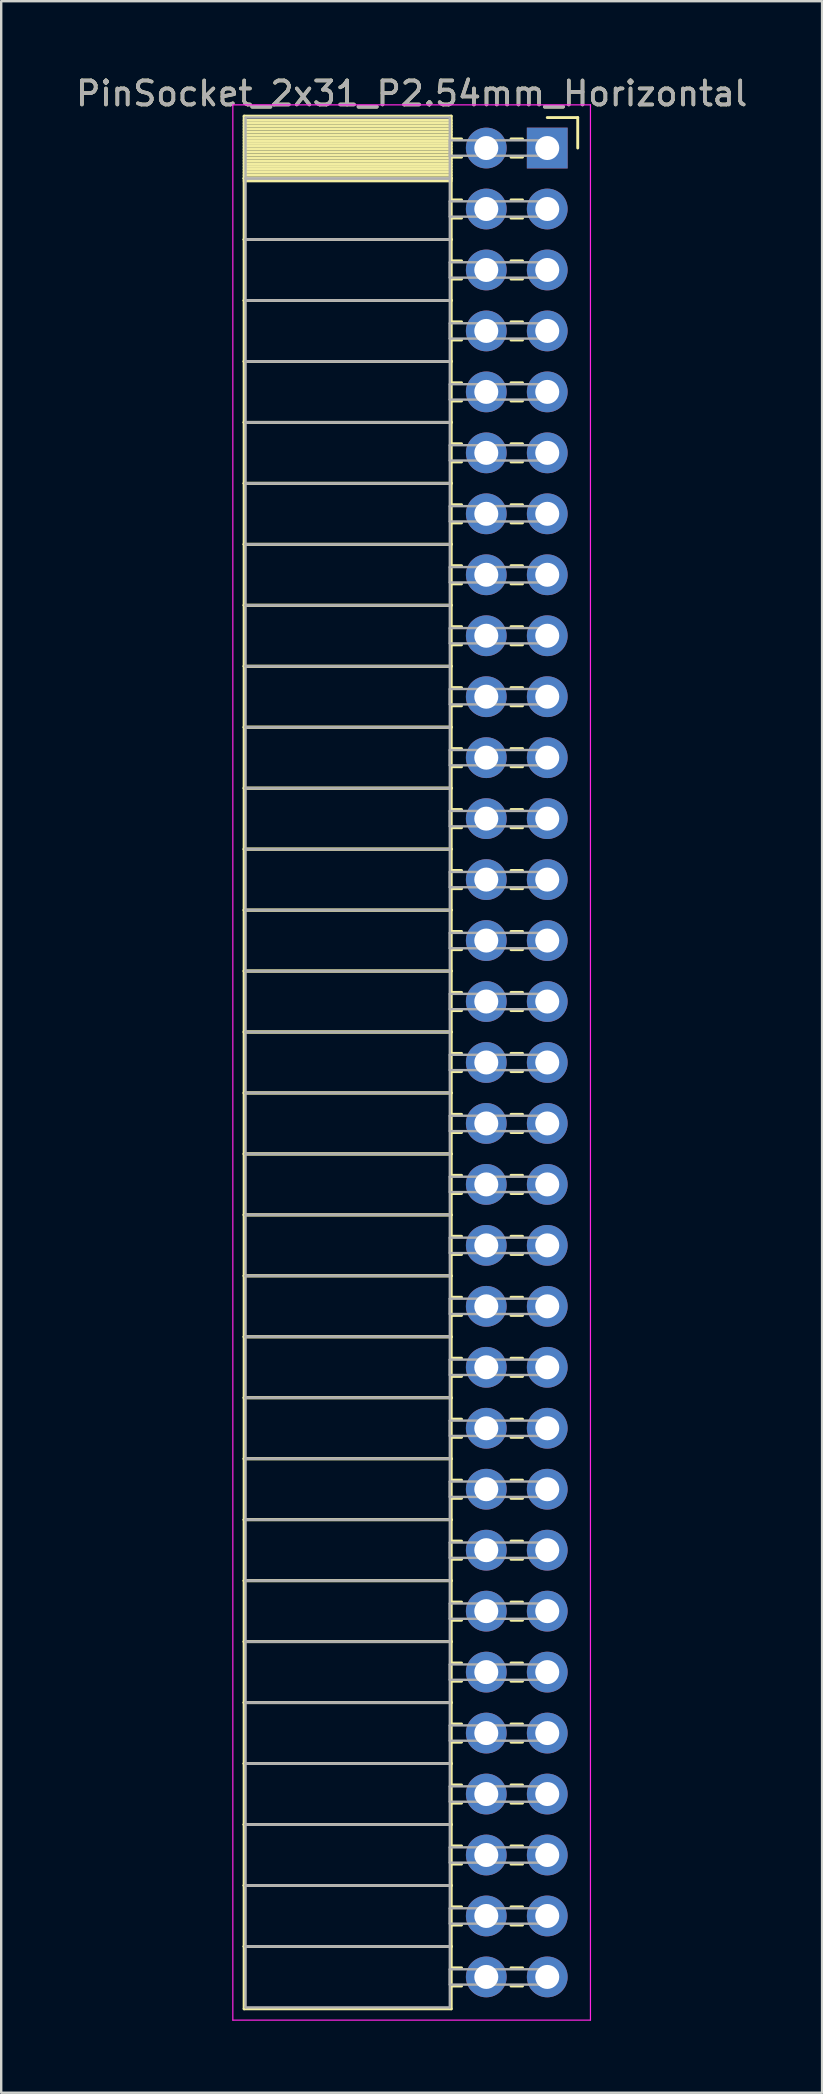
<source format=kicad_pcb>
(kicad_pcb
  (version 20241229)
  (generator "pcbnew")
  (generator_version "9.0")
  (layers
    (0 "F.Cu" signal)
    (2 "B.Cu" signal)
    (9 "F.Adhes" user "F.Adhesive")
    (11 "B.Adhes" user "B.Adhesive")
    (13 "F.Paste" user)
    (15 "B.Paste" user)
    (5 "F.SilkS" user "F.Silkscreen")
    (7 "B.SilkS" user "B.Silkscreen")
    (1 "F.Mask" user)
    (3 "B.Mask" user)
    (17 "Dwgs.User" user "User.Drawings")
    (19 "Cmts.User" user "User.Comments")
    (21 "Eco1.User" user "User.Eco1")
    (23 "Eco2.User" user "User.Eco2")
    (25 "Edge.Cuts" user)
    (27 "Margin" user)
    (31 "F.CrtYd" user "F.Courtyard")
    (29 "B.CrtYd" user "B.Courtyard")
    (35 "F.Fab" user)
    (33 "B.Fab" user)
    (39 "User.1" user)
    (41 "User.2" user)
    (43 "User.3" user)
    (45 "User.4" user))
  (footprint "PinSocket_2x31_P2.54mm_Horizontal"
    (layer "F.Cu")
    (at 19.751 3.118)
    (property "Reference" "PinSocket_2x31_P2.54mm_Horizontal" (at -5.65 -2.27 0) (layer "F.SilkS") (effects (font (size 1 1) (thickness 0.15))))
    (attr through_hole)
    (fp_line (start -12.63 -1.33) (end -4 -1.33) (stroke (width 0.12) (type solid)) (layer "F.SilkS"))
    (fp_line (start -12.63 1.27) (end -12.63 -1.33) (stroke (width 0.12) (type solid)) (layer "F.SilkS"))
    (fp_line (start -12.63 1.27) (end -4 1.27) (stroke (width 0.12) (type solid)) (layer "F.SilkS"))
    (fp_line (start -12.63 3.81) (end -12.63 1.27) (stroke (width 0.12) (type solid)) (layer "F.SilkS"))
    (fp_line (start -12.63 3.81) (end -4 3.81) (stroke (width 0.12) (type solid)) (layer "F.SilkS"))
    (fp_line (start -12.63 6.35) (end -12.63 3.81) (stroke (width 0.12) (type solid)) (layer "F.SilkS"))
    (fp_line (start -12.63 6.35) (end -4 6.35) (stroke (width 0.12) (type solid)) (layer "F.SilkS"))
    (fp_line (start -12.63 8.89) (end -12.63 6.35) (stroke (width 0.12) (type solid)) (layer "F.SilkS"))
    (fp_line (start -12.63 8.89) (end -4 8.89) (stroke (width 0.12) (type solid)) (layer "F.SilkS"))
    (fp_line (start -12.63 11.43) (end -12.63 8.89) (stroke (width 0.12) (type solid)) (layer "F.SilkS"))
    (fp_line (start -12.63 11.43) (end -4 11.43) (stroke (width 0.12) (type solid)) (layer "F.SilkS"))
    (fp_line (start -12.63 13.97) (end -12.63 11.43) (stroke (width 0.12) (type solid)) (layer "F.SilkS"))
    (fp_line (start -12.63 13.97) (end -4 13.97) (stroke (width 0.12) (type solid)) (layer "F.SilkS"))
    (fp_line (start -12.63 16.51) (end -12.63 13.97) (stroke (width 0.12) (type solid)) (layer "F.SilkS"))
    (fp_line (start -12.63 16.51) (end -4 16.51) (stroke (width 0.12) (type solid)) (layer "F.SilkS"))
    (fp_line (start -12.63 19.05) (end -12.63 16.51) (stroke (width 0.12) (type solid)) (layer "F.SilkS"))
    (fp_line (start -12.63 19.05) (end -4 19.05) (stroke (width 0.12) (type solid)) (layer "F.SilkS"))
    (fp_line (start -12.63 21.59) (end -12.63 19.05) (stroke (width 0.12) (type solid)) (layer "F.SilkS"))
    (fp_line (start -12.63 21.59) (end -4 21.59) (stroke (width 0.12) (type solid)) (layer "F.SilkS"))
    (fp_line (start -12.63 24.13) (end -12.63 21.59) (stroke (width 0.12) (type solid)) (layer "F.SilkS"))
    (fp_line (start -12.63 24.13) (end -4 24.13) (stroke (width 0.12) (type solid)) (layer "F.SilkS"))
    (fp_line (start -12.63 26.67) (end -12.63 24.13) (stroke (width 0.12) (type solid)) (layer "F.SilkS"))
    (fp_line (start -12.63 26.67) (end -4 26.67) (stroke (width 0.12) (type solid)) (layer "F.SilkS"))
    (fp_line (start -12.63 29.21) (end -12.63 26.67) (stroke (width 0.12) (type solid)) (layer "F.SilkS"))
    (fp_line (start -12.63 29.21) (end -4 29.21) (stroke (width 0.12) (type solid)) (layer "F.SilkS"))
    (fp_line (start -12.63 31.75) (end -12.63 29.21) (stroke (width 0.12) (type solid)) (layer "F.SilkS"))
    (fp_line (start -12.63 31.75) (end -4 31.75) (stroke (width 0.12) (type solid)) (layer "F.SilkS"))
    (fp_line (start -12.63 34.29) (end -12.63 31.75) (stroke (width 0.12) (type solid)) (layer "F.SilkS"))
    (fp_line (start -12.63 34.29) (end -4 34.29) (stroke (width 0.12) (type solid)) (layer "F.SilkS"))
    (fp_line (start -12.63 36.83) (end -12.63 34.29) (stroke (width 0.12) (type solid)) (layer "F.SilkS"))
    (fp_line (start -12.63 36.83) (end -4 36.83) (stroke (width 0.12) (type solid)) (layer "F.SilkS"))
    (fp_line (start -12.63 39.37) (end -12.63 36.83) (stroke (width 0.12) (type solid)) (layer "F.SilkS"))
    (fp_line (start -12.63 39.37) (end -4 39.37) (stroke (width 0.12) (type solid)) (layer "F.SilkS"))
    (fp_line (start -12.63 41.91) (end -12.63 39.37) (stroke (width 0.12) (type solid)) (layer "F.SilkS"))
    (fp_line (start -12.63 41.91) (end -4 41.91) (stroke (width 0.12) (type solid)) (layer "F.SilkS"))
    (fp_line (start -12.63 44.45) (end -12.63 41.91) (stroke (width 0.12) (type solid)) (layer "F.SilkS"))
    (fp_line (start -12.63 44.45) (end -4 44.45) (stroke (width 0.12) (type solid)) (layer "F.SilkS"))
    (fp_line (start -12.63 46.99) (end -12.63 44.45) (stroke (width 0.12) (type solid)) (layer "F.SilkS"))
    (fp_line (start -12.63 46.99) (end -4 46.99) (stroke (width 0.12) (type solid)) (layer "F.SilkS"))
    (fp_line (start -12.63 49.53) (end -12.63 46.99) (stroke (width 0.12) (type solid)) (layer "F.SilkS"))
    (fp_line (start -12.63 49.53) (end -4 49.53) (stroke (width 0.12) (type solid)) (layer "F.SilkS"))
    (fp_line (start -12.63 52.07) (end -12.63 49.53) (stroke (width 0.12) (type solid)) (layer "F.SilkS"))
    (fp_line (start -12.63 52.07) (end -4 52.07) (stroke (width 0.12) (type solid)) (layer "F.SilkS"))
    (fp_line (start -12.63 54.61) (end -12.63 52.07) (stroke (width 0.12) (type solid)) (layer "F.SilkS"))
    (fp_line (start -12.63 54.61) (end -4 54.61) (stroke (width 0.12) (type solid)) (layer "F.SilkS"))
    (fp_line (start -12.63 57.15) (end -12.63 54.61) (stroke (width 0.12) (type solid)) (layer "F.SilkS"))
    (fp_line (start -12.63 57.15) (end -4 57.15) (stroke (width 0.12) (type solid)) (layer "F.SilkS"))
    (fp_line (start -12.63 59.69) (end -12.63 57.15) (stroke (width 0.12) (type solid)) (layer "F.SilkS"))
    (fp_line (start -12.63 59.69) (end -4 59.69) (stroke (width 0.12) (type solid)) (layer "F.SilkS"))
    (fp_line (start -12.63 62.23) (end -12.63 59.69) (stroke (width 0.12) (type solid)) (layer "F.SilkS"))
    (fp_line (start -12.63 62.23) (end -4 62.23) (stroke (width 0.12) (type solid)) (layer "F.SilkS"))
    (fp_line (start -12.63 64.77) (end -12.63 62.23) (stroke (width 0.12) (type solid)) (layer "F.SilkS"))
    (fp_line (start -12.63 64.77) (end -4 64.77) (stroke (width 0.12) (type solid)) (layer "F.SilkS"))
    (fp_line (start -12.63 67.31) (end -12.63 64.77) (stroke (width 0.12) (type solid)) (layer "F.SilkS"))
    (fp_line (start -12.63 67.31) (end -4 67.31) (stroke (width 0.12) (type solid)) (layer "F.SilkS"))
    (fp_line (start -12.63 69.85) (end -12.63 67.31) (stroke (width 0.12) (type solid)) (layer "F.SilkS"))
    (fp_line (start -12.63 69.85) (end -4 69.85) (stroke (width 0.12) (type solid)) (layer "F.SilkS"))
    (fp_line (start -12.63 72.39) (end -12.63 69.85) (stroke (width 0.12) (type solid)) (layer "F.SilkS"))
    (fp_line (start -12.63 72.39) (end -4 72.39) (stroke (width 0.12) (type solid)) (layer "F.SilkS"))
    (fp_line (start -12.63 74.93) (end -12.63 72.39) (stroke (width 0.12) (type solid)) (layer "F.SilkS"))
    (fp_line (start -12.63 74.93) (end -4 74.93) (stroke (width 0.12) (type solid)) (layer "F.SilkS"))
    (fp_line (start -12.63 77.53) (end -12.63 74.93) (stroke (width 0.12) (type solid)) (layer "F.SilkS"))
    (fp_line (start -4 -1.33) (end -4 1.27) (stroke (width 0.12) (type solid)) (layer "F.SilkS"))
    (fp_line (start -4 -1.15) (end -12.63 -1.15) (stroke (width 0.12) (type solid)) (layer "F.SilkS"))
    (fp_line (start -4 -1.03) (end -12.63 -1.03) (stroke (width 0.12) (type solid)) (layer "F.SilkS"))
    (fp_line (start -4 -0.91) (end -12.63 -0.91) (stroke (width 0.12) (type solid)) (layer "F.SilkS"))
    (fp_line (start -4 -0.79) (end -12.63 -0.79) (stroke (width 0.12) (type solid)) (layer "F.SilkS"))
    (fp_line (start -4 -0.67) (end -12.63 -0.67) (stroke (width 0.12) (type solid)) (layer "F.SilkS"))
    (fp_line (start -4 -0.55) (end -12.63 -0.55) (stroke (width 0.12) (type solid)) (layer "F.SilkS"))
    (fp_line (start -4 -0.43) (end -12.63 -0.43) (stroke (width 0.12) (type solid)) (layer "F.SilkS"))
    (fp_line (start -4 -0.31) (end -12.63 -0.31) (stroke (width 0.12) (type solid)) (layer "F.SilkS"))
    (fp_line (start -4 -0.19) (end -12.63 -0.19) (stroke (width 0.12) (type solid)) (layer "F.SilkS"))
    (fp_line (start -4 -0.07) (end -12.63 -0.07) (stroke (width 0.12) (type solid)) (layer "F.SilkS"))
    (fp_line (start -4 0.05) (end -12.63 0.05) (stroke (width 0.12) (type solid)) (layer "F.SilkS"))
    (fp_line (start -4 0.17) (end -12.63 0.17) (stroke (width 0.12) (type solid)) (layer "F.SilkS"))
    (fp_line (start -4 0.29) (end -12.63 0.29) (stroke (width 0.12) (type solid)) (layer "F.SilkS"))
    (fp_line (start -4 0.41) (end -12.63 0.41) (stroke (width 0.12) (type solid)) (layer "F.SilkS"))
    (fp_line (start -4 0.53) (end -12.63 0.53) (stroke (width 0.12) (type solid)) (layer "F.SilkS"))
    (fp_line (start -4 0.65) (end -12.63 0.65) (stroke (width 0.12) (type solid)) (layer "F.SilkS"))
    (fp_line (start -4 0.77) (end -12.63 0.77) (stroke (width 0.12) (type solid)) (layer "F.SilkS"))
    (fp_line (start -4 0.89) (end -12.63 0.89) (stroke (width 0.12) (type solid)) (layer "F.SilkS"))
    (fp_line (start -4 1.01) (end -12.63 1.01) (stroke (width 0.12) (type solid)) (layer "F.SilkS"))
    (fp_line (start -4 1.13) (end -12.63 1.13) (stroke (width 0.12) (type solid)) (layer "F.SilkS"))
    (fp_line (start -4 1.25) (end -12.63 1.25) (stroke (width 0.12) (type solid)) (layer "F.SilkS"))
    (fp_line (start -4 1.27) (end -12.63 1.27) (stroke (width 0.12) (type solid)) (layer "F.SilkS"))
    (fp_line (start -4 1.27) (end -4 3.81) (stroke (width 0.12) (type solid)) (layer "F.SilkS"))
    (fp_line (start -4 1.37) (end -12.63 1.37) (stroke (width 0.12) (type solid)) (layer "F.SilkS"))
    (fp_line (start -4 3.81) (end -12.63 3.81) (stroke (width 0.12) (type solid)) (layer "F.SilkS"))
    (fp_line (start -4 3.81) (end -4 6.35) (stroke (width 0.12) (type solid)) (layer "F.SilkS"))
    (fp_line (start -4 6.35) (end -12.63 6.35) (stroke (width 0.12) (type solid)) (layer "F.SilkS"))
    (fp_line (start -4 6.35) (end -4 8.89) (stroke (width 0.12) (type solid)) (layer "F.SilkS"))
    (fp_line (start -4 8.89) (end -12.63 8.89) (stroke (width 0.12) (type solid)) (layer "F.SilkS"))
    (fp_line (start -4 8.89) (end -4 11.43) (stroke (width 0.12) (type solid)) (layer "F.SilkS"))
    (fp_line (start -4 11.43) (end -12.63 11.43) (stroke (width 0.12) (type solid)) (layer "F.SilkS"))
    (fp_line (start -4 11.43) (end -4 13.97) (stroke (width 0.12) (type solid)) (layer "F.SilkS"))
    (fp_line (start -4 13.97) (end -12.63 13.97) (stroke (width 0.12) (type solid)) (layer "F.SilkS"))
    (fp_line (start -4 13.97) (end -4 16.51) (stroke (width 0.12) (type solid)) (layer "F.SilkS"))
    (fp_line (start -4 16.51) (end -12.63 16.51) (stroke (width 0.12) (type solid)) (layer "F.SilkS"))
    (fp_line (start -4 16.51) (end -4 19.05) (stroke (width 0.12) (type solid)) (layer "F.SilkS"))
    (fp_line (start -4 19.05) (end -12.63 19.05) (stroke (width 0.12) (type solid)) (layer "F.SilkS"))
    (fp_line (start -4 19.05) (end -4 21.59) (stroke (width 0.12) (type solid)) (layer "F.SilkS"))
    (fp_line (start -4 21.59) (end -12.63 21.59) (stroke (width 0.12) (type solid)) (layer "F.SilkS"))
    (fp_line (start -4 21.59) (end -4 24.13) (stroke (width 0.12) (type solid)) (layer "F.SilkS"))
    (fp_line (start -4 24.13) (end -12.63 24.13) (stroke (width 0.12) (type solid)) (layer "F.SilkS"))
    (fp_line (start -4 24.13) (end -4 26.67) (stroke (width 0.12) (type solid)) (layer "F.SilkS"))
    (fp_line (start -4 26.67) (end -12.63 26.67) (stroke (width 0.12) (type solid)) (layer "F.SilkS"))
    (fp_line (start -4 26.67) (end -4 29.21) (stroke (width 0.12) (type solid)) (layer "F.SilkS"))
    (fp_line (start -4 29.21) (end -12.63 29.21) (stroke (width 0.12) (type solid)) (layer "F.SilkS"))
    (fp_line (start -4 29.21) (end -4 31.75) (stroke (width 0.12) (type solid)) (layer "F.SilkS"))
    (fp_line (start -4 31.75) (end -12.63 31.75) (stroke (width 0.12) (type solid)) (layer "F.SilkS"))
    (fp_line (start -4 31.75) (end -4 34.29) (stroke (width 0.12) (type solid)) (layer "F.SilkS"))
    (fp_line (start -4 34.29) (end -12.63 34.29) (stroke (width 0.12) (type solid)) (layer "F.SilkS"))
    (fp_line (start -4 34.29) (end -4 36.83) (stroke (width 0.12) (type solid)) (layer "F.SilkS"))
    (fp_line (start -4 36.83) (end -12.63 36.83) (stroke (width 0.12) (type solid)) (layer "F.SilkS"))
    (fp_line (start -4 36.83) (end -4 39.37) (stroke (width 0.12) (type solid)) (layer "F.SilkS"))
    (fp_line (start -4 39.37) (end -12.63 39.37) (stroke (width 0.12) (type solid)) (layer "F.SilkS"))
    (fp_line (start -4 39.37) (end -4 41.91) (stroke (width 0.12) (type solid)) (layer "F.SilkS"))
    (fp_line (start -4 41.91) (end -12.63 41.91) (stroke (width 0.12) (type solid)) (layer "F.SilkS"))
    (fp_line (start -4 41.91) (end -4 44.45) (stroke (width 0.12) (type solid)) (layer "F.SilkS"))
    (fp_line (start -4 44.45) (end -12.63 44.45) (stroke (width 0.12) (type solid)) (layer "F.SilkS"))
    (fp_line (start -4 44.45) (end -4 46.99) (stroke (width 0.12) (type solid)) (layer "F.SilkS"))
    (fp_line (start -4 46.99) (end -12.63 46.99) (stroke (width 0.12) (type solid)) (layer "F.SilkS"))
    (fp_line (start -4 46.99) (end -4 49.53) (stroke (width 0.12) (type solid)) (layer "F.SilkS"))
    (fp_line (start -4 49.53) (end -12.63 49.53) (stroke (width 0.12) (type solid)) (layer "F.SilkS"))
    (fp_line (start -4 49.53) (end -4 52.07) (stroke (width 0.12) (type solid)) (layer "F.SilkS"))
    (fp_line (start -4 52.07) (end -12.63 52.07) (stroke (width 0.12) (type solid)) (layer "F.SilkS"))
    (fp_line (start -4 52.07) (end -4 54.61) (stroke (width 0.12) (type solid)) (layer "F.SilkS"))
    (fp_line (start -4 54.61) (end -12.63 54.61) (stroke (width 0.12) (type solid)) (layer "F.SilkS"))
    (fp_line (start -4 54.61) (end -4 57.15) (stroke (width 0.12) (type solid)) (layer "F.SilkS"))
    (fp_line (start -4 57.15) (end -12.63 57.15) (stroke (width 0.12) (type solid)) (layer "F.SilkS"))
    (fp_line (start -4 57.15) (end -4 59.69) (stroke (width 0.12) (type solid)) (layer "F.SilkS"))
    (fp_line (start -4 59.69) (end -12.63 59.69) (stroke (width 0.12) (type solid)) (layer "F.SilkS"))
    (fp_line (start -4 59.69) (end -4 62.23) (stroke (width 0.12) (type solid)) (layer "F.SilkS"))
    (fp_line (start -4 62.23) (end -12.63 62.23) (stroke (width 0.12) (type solid)) (layer "F.SilkS"))
    (fp_line (start -4 62.23) (end -4 64.77) (stroke (width 0.12) (type solid)) (layer "F.SilkS"))
    (fp_line (start -4 64.77) (end -12.63 64.77) (stroke (width 0.12) (type solid)) (layer "F.SilkS"))
    (fp_line (start -4 64.77) (end -4 67.31) (stroke (width 0.12) (type solid)) (layer "F.SilkS"))
    (fp_line (start -4 67.31) (end -12.63 67.31) (stroke (width 0.12) (type solid)) (layer "F.SilkS"))
    (fp_line (start -4 67.31) (end -4 69.85) (stroke (width 0.12) (type solid)) (layer "F.SilkS"))
    (fp_line (start -4 69.85) (end -12.63 69.85) (stroke (width 0.12) (type solid)) (layer "F.SilkS"))
    (fp_line (start -4 69.85) (end -4 72.39) (stroke (width 0.12) (type solid)) (layer "F.SilkS"))
    (fp_line (start -4 72.39) (end -12.63 72.39) (stroke (width 0.12) (type solid)) (layer "F.SilkS"))
    (fp_line (start -4 72.39) (end -4 74.93) (stroke (width 0.12) (type solid)) (layer "F.SilkS"))
    (fp_line (start -4 74.93) (end -12.63 74.93) (stroke (width 0.12) (type solid)) (layer "F.SilkS"))
    (fp_line (start -4 74.93) (end -4 77.53) (stroke (width 0.12) (type solid)) (layer "F.SilkS"))
    (fp_line (start -4 77.53) (end -12.63 77.53) (stroke (width 0.12) (type solid)) (layer "F.SilkS"))
    (fp_line (start -3.57 -0.38) (end -4 -0.38) (stroke (width 0.12) (type solid)) (layer "F.SilkS"))
    (fp_line (start -3.57 0.38) (end -4 0.38) (stroke (width 0.12) (type solid)) (layer "F.SilkS"))
    (fp_line (start -3.57 2.16) (end -4 2.16) (stroke (width 0.12) (type solid)) (layer "F.SilkS"))
    (fp_line (start -3.57 2.92) (end -4 2.92) (stroke (width 0.12) (type solid)) (layer "F.SilkS"))
    (fp_line (start -3.57 4.7) (end -4 4.7) (stroke (width 0.12) (type solid)) (layer "F.SilkS"))
    (fp_line (start -3.57 5.46) (end -4 5.46) (stroke (width 0.12) (type solid)) (layer "F.SilkS"))
    (fp_line (start -3.57 7.24) (end -4 7.24) (stroke (width 0.12) (type solid)) (layer "F.SilkS"))
    (fp_line (start -3.57 8) (end -4 8) (stroke (width 0.12) (type solid)) (layer "F.SilkS"))
    (fp_line (start -3.57 9.78) (end -4 9.78) (stroke (width 0.12) (type solid)) (layer "F.SilkS"))
    (fp_line (start -3.57 10.54) (end -4 10.54) (stroke (width 0.12) (type solid)) (layer "F.SilkS"))
    (fp_line (start -3.57 12.32) (end -4 12.32) (stroke (width 0.12) (type solid)) (layer "F.SilkS"))
    (fp_line (start -3.57 13.08) (end -4 13.08) (stroke (width 0.12) (type solid)) (layer "F.SilkS"))
    (fp_line (start -3.57 14.86) (end -4 14.86) (stroke (width 0.12) (type solid)) (layer "F.SilkS"))
    (fp_line (start -3.57 15.62) (end -4 15.62) (stroke (width 0.12) (type solid)) (layer "F.SilkS"))
    (fp_line (start -3.57 17.4) (end -4 17.4) (stroke (width 0.12) (type solid)) (layer "F.SilkS"))
    (fp_line (start -3.57 18.16) (end -4 18.16) (stroke (width 0.12) (type solid)) (layer "F.SilkS"))
    (fp_line (start -3.57 19.94) (end -4 19.94) (stroke (width 0.12) (type solid)) (layer "F.SilkS"))
    (fp_line (start -3.57 20.7) (end -4 20.7) (stroke (width 0.12) (type solid)) (layer "F.SilkS"))
    (fp_line (start -3.57 22.48) (end -4 22.48) (stroke (width 0.12) (type solid)) (layer "F.SilkS"))
    (fp_line (start -3.57 23.24) (end -4 23.24) (stroke (width 0.12) (type solid)) (layer "F.SilkS"))
    (fp_line (start -3.57 25.02) (end -4 25.02) (stroke (width 0.12) (type solid)) (layer "F.SilkS"))
    (fp_line (start -3.57 25.78) (end -4 25.78) (stroke (width 0.12) (type solid)) (layer "F.SilkS"))
    (fp_line (start -3.57 27.56) (end -4 27.56) (stroke (width 0.12) (type solid)) (layer "F.SilkS"))
    (fp_line (start -3.57 28.32) (end -4 28.32) (stroke (width 0.12) (type solid)) (layer "F.SilkS"))
    (fp_line (start -3.57 30.1) (end -4 30.1) (stroke (width 0.12) (type solid)) (layer "F.SilkS"))
    (fp_line (start -3.57 30.86) (end -4 30.86) (stroke (width 0.12) (type solid)) (layer "F.SilkS"))
    (fp_line (start -3.57 32.64) (end -4 32.64) (stroke (width 0.12) (type solid)) (layer "F.SilkS"))
    (fp_line (start -3.57 33.4) (end -4 33.4) (stroke (width 0.12) (type solid)) (layer "F.SilkS"))
    (fp_line (start -3.57 35.18) (end -4 35.18) (stroke (width 0.12) (type solid)) (layer "F.SilkS"))
    (fp_line (start -3.57 35.94) (end -4 35.94) (stroke (width 0.12) (type solid)) (layer "F.SilkS"))
    (fp_line (start -3.57 37.72) (end -4 37.72) (stroke (width 0.12) (type solid)) (layer "F.SilkS"))
    (fp_line (start -3.57 38.48) (end -4 38.48) (stroke (width 0.12) (type solid)) (layer "F.SilkS"))
    (fp_line (start -3.57 40.26) (end -4 40.26) (stroke (width 0.12) (type solid)) (layer "F.SilkS"))
    (fp_line (start -3.57 41.02) (end -4 41.02) (stroke (width 0.12) (type solid)) (layer "F.SilkS"))
    (fp_line (start -3.57 42.8) (end -4 42.8) (stroke (width 0.12) (type solid)) (layer "F.SilkS"))
    (fp_line (start -3.57 43.56) (end -4 43.56) (stroke (width 0.12) (type solid)) (layer "F.SilkS"))
    (fp_line (start -3.57 45.34) (end -4 45.34) (stroke (width 0.12) (type solid)) (layer "F.SilkS"))
    (fp_line (start -3.57 46.1) (end -4 46.1) (stroke (width 0.12) (type solid)) (layer "F.SilkS"))
    (fp_line (start -3.57 47.88) (end -4 47.88) (stroke (width 0.12) (type solid)) (layer "F.SilkS"))
    (fp_line (start -3.57 48.64) (end -4 48.64) (stroke (width 0.12) (type solid)) (layer "F.SilkS"))
    (fp_line (start -3.57 50.42) (end -4 50.42) (stroke (width 0.12) (type solid)) (layer "F.SilkS"))
    (fp_line (start -3.57 51.18) (end -4 51.18) (stroke (width 0.12) (type solid)) (layer "F.SilkS"))
    (fp_line (start -3.57 52.96) (end -4 52.96) (stroke (width 0.12) (type solid)) (layer "F.SilkS"))
    (fp_line (start -3.57 53.72) (end -4 53.72) (stroke (width 0.12) (type solid)) (layer "F.SilkS"))
    (fp_line (start -3.57 55.5) (end -4 55.5) (stroke (width 0.12) (type solid)) (layer "F.SilkS"))
    (fp_line (start -3.57 56.26) (end -4 56.26) (stroke (width 0.12) (type solid)) (layer "F.SilkS"))
    (fp_line (start -3.57 58.04) (end -4 58.04) (stroke (width 0.12) (type solid)) (layer "F.SilkS"))
    (fp_line (start -3.57 58.8) (end -4 58.8) (stroke (width 0.12) (type solid)) (layer "F.SilkS"))
    (fp_line (start -3.57 60.58) (end -4 60.58) (stroke (width 0.12) (type solid)) (layer "F.SilkS"))
    (fp_line (start -3.57 61.34) (end -4 61.34) (stroke (width 0.12) (type solid)) (layer "F.SilkS"))
    (fp_line (start -3.57 63.12) (end -4 63.12) (stroke (width 0.12) (type solid)) (layer "F.SilkS"))
    (fp_line (start -3.57 63.88) (end -4 63.88) (stroke (width 0.12) (type solid)) (layer "F.SilkS"))
    (fp_line (start -3.57 65.66) (end -4 65.66) (stroke (width 0.12) (type solid)) (layer "F.SilkS"))
    (fp_line (start -3.57 66.42) (end -4 66.42) (stroke (width 0.12) (type solid)) (layer "F.SilkS"))
    (fp_line (start -3.57 68.2) (end -4 68.2) (stroke (width 0.12) (type solid)) (layer "F.SilkS"))
    (fp_line (start -3.57 68.96) (end -4 68.96) (stroke (width 0.12) (type solid)) (layer "F.SilkS"))
    (fp_line (start -3.57 70.74) (end -4 70.74) (stroke (width 0.12) (type solid)) (layer "F.SilkS"))
    (fp_line (start -3.57 71.5) (end -4 71.5) (stroke (width 0.12) (type solid)) (layer "F.SilkS"))
    (fp_line (start -3.57 73.28) (end -4 73.28) (stroke (width 0.12) (type solid)) (layer "F.SilkS"))
    (fp_line (start -3.57 74.04) (end -4 74.04) (stroke (width 0.12) (type solid)) (layer "F.SilkS"))
    (fp_line (start -3.57 75.82) (end -4 75.82) (stroke (width 0.12) (type solid)) (layer "F.SilkS"))
    (fp_line (start -3.57 76.58) (end -4 76.58) (stroke (width 0.12) (type solid)) (layer "F.SilkS"))
    (fp_line (start -1.03 -0.38) (end -1.51 -0.38) (stroke (width 0.12) (type solid)) (layer "F.SilkS"))
    (fp_line (start -1.03 0.38) (end -1.51 0.38) (stroke (width 0.12) (type solid)) (layer "F.SilkS"))
    (fp_line (start -1.03 2.16) (end -1.51 2.16) (stroke (width 0.12) (type solid)) (layer "F.SilkS"))
    (fp_line (start -1.03 2.92) (end -1.51 2.92) (stroke (width 0.12) (type solid)) (layer "F.SilkS"))
    (fp_line (start -1.03 4.7) (end -1.51 4.7) (stroke (width 0.12) (type solid)) (layer "F.SilkS"))
    (fp_line (start -1.03 5.46) (end -1.51 5.46) (stroke (width 0.12) (type solid)) (layer "F.SilkS"))
    (fp_line (start -1.03 7.24) (end -1.51 7.24) (stroke (width 0.12) (type solid)) (layer "F.SilkS"))
    (fp_line (start -1.03 8) (end -1.51 8) (stroke (width 0.12) (type solid)) (layer "F.SilkS"))
    (fp_line (start -1.03 9.78) (end -1.51 9.78) (stroke (width 0.12) (type solid)) (layer "F.SilkS"))
    (fp_line (start -1.03 10.54) (end -1.51 10.54) (stroke (width 0.12) (type solid)) (layer "F.SilkS"))
    (fp_line (start -1.03 12.32) (end -1.51 12.32) (stroke (width 0.12) (type solid)) (layer "F.SilkS"))
    (fp_line (start -1.03 13.08) (end -1.51 13.08) (stroke (width 0.12) (type solid)) (layer "F.SilkS"))
    (fp_line (start -1.03 14.86) (end -1.51 14.86) (stroke (width 0.12) (type solid)) (layer "F.SilkS"))
    (fp_line (start -1.03 15.62) (end -1.51 15.62) (stroke (width 0.12) (type solid)) (layer "F.SilkS"))
    (fp_line (start -1.03 17.4) (end -1.51 17.4) (stroke (width 0.12) (type solid)) (layer "F.SilkS"))
    (fp_line (start -1.03 18.16) (end -1.51 18.16) (stroke (width 0.12) (type solid)) (layer "F.SilkS"))
    (fp_line (start -1.03 19.94) (end -1.51 19.94) (stroke (width 0.12) (type solid)) (layer "F.SilkS"))
    (fp_line (start -1.03 20.7) (end -1.51 20.7) (stroke (width 0.12) (type solid)) (layer "F.SilkS"))
    (fp_line (start -1.03 22.48) (end -1.51 22.48) (stroke (width 0.12) (type solid)) (layer "F.SilkS"))
    (fp_line (start -1.03 23.24) (end -1.51 23.24) (stroke (width 0.12) (type solid)) (layer "F.SilkS"))
    (fp_line (start -1.03 25.02) (end -1.51 25.02) (stroke (width 0.12) (type solid)) (layer "F.SilkS"))
    (fp_line (start -1.03 25.78) (end -1.51 25.78) (stroke (width 0.12) (type solid)) (layer "F.SilkS"))
    (fp_line (start -1.03 27.56) (end -1.51 27.56) (stroke (width 0.12) (type solid)) (layer "F.SilkS"))
    (fp_line (start -1.03 28.32) (end -1.51 28.32) (stroke (width 0.12) (type solid)) (layer "F.SilkS"))
    (fp_line (start -1.03 30.1) (end -1.51 30.1) (stroke (width 0.12) (type solid)) (layer "F.SilkS"))
    (fp_line (start -1.03 30.86) (end -1.51 30.86) (stroke (width 0.12) (type solid)) (layer "F.SilkS"))
    (fp_line (start -1.03 32.64) (end -1.51 32.64) (stroke (width 0.12) (type solid)) (layer "F.SilkS"))
    (fp_line (start -1.03 33.4) (end -1.51 33.4) (stroke (width 0.12) (type solid)) (layer "F.SilkS"))
    (fp_line (start -1.03 35.18) (end -1.51 35.18) (stroke (width 0.12) (type solid)) (layer "F.SilkS"))
    (fp_line (start -1.03 35.94) (end -1.51 35.94) (stroke (width 0.12) (type solid)) (layer "F.SilkS"))
    (fp_line (start -1.03 37.72) (end -1.51 37.72) (stroke (width 0.12) (type solid)) (layer "F.SilkS"))
    (fp_line (start -1.03 38.48) (end -1.51 38.48) (stroke (width 0.12) (type solid)) (layer "F.SilkS"))
    (fp_line (start -1.03 40.26) (end -1.51 40.26) (stroke (width 0.12) (type solid)) (layer "F.SilkS"))
    (fp_line (start -1.03 41.02) (end -1.51 41.02) (stroke (width 0.12) (type solid)) (layer "F.SilkS"))
    (fp_line (start -1.03 42.8) (end -1.51 42.8) (stroke (width 0.12) (type solid)) (layer "F.SilkS"))
    (fp_line (start -1.03 43.56) (end -1.51 43.56) (stroke (width 0.12) (type solid)) (layer "F.SilkS"))
    (fp_line (start -1.03 45.34) (end -1.51 45.34) (stroke (width 0.12) (type solid)) (layer "F.SilkS"))
    (fp_line (start -1.03 46.1) (end -1.51 46.1) (stroke (width 0.12) (type solid)) (layer "F.SilkS"))
    (fp_line (start -1.03 47.88) (end -1.51 47.88) (stroke (width 0.12) (type solid)) (layer "F.SilkS"))
    (fp_line (start -1.03 48.64) (end -1.51 48.64) (stroke (width 0.12) (type solid)) (layer "F.SilkS"))
    (fp_line (start -1.03 50.42) (end -1.51 50.42) (stroke (width 0.12) (type solid)) (layer "F.SilkS"))
    (fp_line (start -1.03 51.18) (end -1.51 51.18) (stroke (width 0.12) (type solid)) (layer "F.SilkS"))
    (fp_line (start -1.03 52.96) (end -1.51 52.96) (stroke (width 0.12) (type solid)) (layer "F.SilkS"))
    (fp_line (start -1.03 53.72) (end -1.51 53.72) (stroke (width 0.12) (type solid)) (layer "F.SilkS"))
    (fp_line (start -1.03 55.5) (end -1.51 55.5) (stroke (width 0.12) (type solid)) (layer "F.SilkS"))
    (fp_line (start -1.03 56.26) (end -1.51 56.26) (stroke (width 0.12) (type solid)) (layer "F.SilkS"))
    (fp_line (start -1.03 58.04) (end -1.51 58.04) (stroke (width 0.12) (type solid)) (layer "F.SilkS"))
    (fp_line (start -1.03 58.8) (end -1.51 58.8) (stroke (width 0.12) (type solid)) (layer "F.SilkS"))
    (fp_line (start -1.03 60.58) (end -1.51 60.58) (stroke (width 0.12) (type solid)) (layer "F.SilkS"))
    (fp_line (start -1.03 61.34) (end -1.51 61.34) (stroke (width 0.12) (type solid)) (layer "F.SilkS"))
    (fp_line (start -1.03 63.12) (end -1.51 63.12) (stroke (width 0.12) (type solid)) (layer "F.SilkS"))
    (fp_line (start -1.03 63.88) (end -1.51 63.88) (stroke (width 0.12) (type solid)) (layer "F.SilkS"))
    (fp_line (start -1.03 65.66) (end -1.51 65.66) (stroke (width 0.12) (type solid)) (layer "F.SilkS"))
    (fp_line (start -1.03 66.42) (end -1.51 66.42) (stroke (width 0.12) (type solid)) (layer "F.SilkS"))
    (fp_line (start -1.03 68.2) (end -1.51 68.2) (stroke (width 0.12) (type solid)) (layer "F.SilkS"))
    (fp_line (start -1.03 68.96) (end -1.51 68.96) (stroke (width 0.12) (type solid)) (layer "F.SilkS"))
    (fp_line (start -1.03 70.74) (end -1.51 70.74) (stroke (width 0.12) (type solid)) (layer "F.SilkS"))
    (fp_line (start -1.03 71.5) (end -1.51 71.5) (stroke (width 0.12) (type solid)) (layer "F.SilkS"))
    (fp_line (start -1.03 73.28) (end -1.51 73.28) (stroke (width 0.12) (type solid)) (layer "F.SilkS"))
    (fp_line (start -1.03 74.04) (end -1.51 74.04) (stroke (width 0.12) (type solid)) (layer "F.SilkS"))
    (fp_line (start -1.03 75.82) (end -1.51 75.82) (stroke (width 0.12) (type solid)) (layer "F.SilkS"))
    (fp_line (start -1.03 76.58) (end -1.51 76.58) (stroke (width 0.12) (type solid)) (layer "F.SilkS"))
    (fp_line (start 0 -1.27) (end 1.27 -1.27) (stroke (width 0.12) (type solid)) (layer "F.SilkS"))
    (fp_line (start 1.27 -1.27) (end 1.27 0) (stroke (width 0.12) (type solid)) (layer "F.SilkS"))
    (fp_line (start -13.1 -1.8) (end 1.8 -1.8) (stroke (width 0.05) (type solid)) (layer "F.CrtYd"))
    (fp_line (start -13.1 78) (end -13.1 -1.8) (stroke (width 0.05) (type solid)) (layer "F.CrtYd"))
    (fp_line (start 1.8 -1.8) (end 1.8 78) (stroke (width 0.05) (type solid)) (layer "F.CrtYd"))
    (fp_line (start 1.8 78) (end -13.1 78) (stroke (width 0.05) (type solid)) (layer "F.CrtYd"))
    (fp_line (start -12.57 -1.27) (end -4.06 -1.27) (stroke (width 0.1) (type solid)) (layer "F.Fab"))
    (fp_line (start -12.57 1.27) (end -12.57 -1.27) (stroke (width 0.1) (type solid)) (layer "F.Fab"))
    (fp_line (start -12.57 1.27) (end -4.06 1.27) (stroke (width 0.1) (type solid)) (layer "F.Fab"))
    (fp_line (start -12.57 3.81) (end -12.57 1.27) (stroke (width 0.1) (type solid)) (layer "F.Fab"))
    (fp_line (start -12.57 3.81) (end -4.06 3.81) (stroke (width 0.1) (type solid)) (layer "F.Fab"))
    (fp_line (start -12.57 6.35) (end -12.57 3.81) (stroke (width 0.1) (type solid)) (layer "F.Fab"))
    (fp_line (start -12.57 6.35) (end -4.06 6.35) (stroke (width 0.1) (type solid)) (layer "F.Fab"))
    (fp_line (start -12.57 8.89) (end -12.57 6.35) (stroke (width 0.1) (type solid)) (layer "F.Fab"))
    (fp_line (start -12.57 8.89) (end -4.06 8.89) (stroke (width 0.1) (type solid)) (layer "F.Fab"))
    (fp_line (start -12.57 11.43) (end -12.57 8.89) (stroke (width 0.1) (type solid)) (layer "F.Fab"))
    (fp_line (start -12.57 11.43) (end -4.06 11.43) (stroke (width 0.1) (type solid)) (layer "F.Fab"))
    (fp_line (start -12.57 13.97) (end -12.57 11.43) (stroke (width 0.1) (type solid)) (layer "F.Fab"))
    (fp_line (start -12.57 13.97) (end -4.06 13.97) (stroke (width 0.1) (type solid)) (layer "F.Fab"))
    (fp_line (start -12.57 16.51) (end -12.57 13.97) (stroke (width 0.1) (type solid)) (layer "F.Fab"))
    (fp_line (start -12.57 16.51) (end -4.06 16.51) (stroke (width 0.1) (type solid)) (layer "F.Fab"))
    (fp_line (start -12.57 19.05) (end -12.57 16.51) (stroke (width 0.1) (type solid)) (layer "F.Fab"))
    (fp_line (start -12.57 19.05) (end -4.06 19.05) (stroke (width 0.1) (type solid)) (layer "F.Fab"))
    (fp_line (start -12.57 21.59) (end -12.57 19.05) (stroke (width 0.1) (type solid)) (layer "F.Fab"))
    (fp_line (start -12.57 21.59) (end -4.06 21.59) (stroke (width 0.1) (type solid)) (layer "F.Fab"))
    (fp_line (start -12.57 24.13) (end -12.57 21.59) (stroke (width 0.1) (type solid)) (layer "F.Fab"))
    (fp_line (start -12.57 24.13) (end -4.06 24.13) (stroke (width 0.1) (type solid)) (layer "F.Fab"))
    (fp_line (start -12.57 26.67) (end -12.57 24.13) (stroke (width 0.1) (type solid)) (layer "F.Fab"))
    (fp_line (start -12.57 26.67) (end -4.06 26.67) (stroke (width 0.1) (type solid)) (layer "F.Fab"))
    (fp_line (start -12.57 29.21) (end -12.57 26.67) (stroke (width 0.1) (type solid)) (layer "F.Fab"))
    (fp_line (start -12.57 29.21) (end -4.06 29.21) (stroke (width 0.1) (type solid)) (layer "F.Fab"))
    (fp_line (start -12.57 31.75) (end -12.57 29.21) (stroke (width 0.1) (type solid)) (layer "F.Fab"))
    (fp_line (start -12.57 31.75) (end -4.06 31.75) (stroke (width 0.1) (type solid)) (layer "F.Fab"))
    (fp_line (start -12.57 34.29) (end -12.57 31.75) (stroke (width 0.1) (type solid)) (layer "F.Fab"))
    (fp_line (start -12.57 34.29) (end -4.06 34.29) (stroke (width 0.1) (type solid)) (layer "F.Fab"))
    (fp_line (start -12.57 36.83) (end -12.57 34.29) (stroke (width 0.1) (type solid)) (layer "F.Fab"))
    (fp_line (start -12.57 36.83) (end -4.06 36.83) (stroke (width 0.1) (type solid)) (layer "F.Fab"))
    (fp_line (start -12.57 39.37) (end -12.57 36.83) (stroke (width 0.1) (type solid)) (layer "F.Fab"))
    (fp_line (start -12.57 39.37) (end -4.06 39.37) (stroke (width 0.1) (type solid)) (layer "F.Fab"))
    (fp_line (start -12.57 41.91) (end -12.57 39.37) (stroke (width 0.1) (type solid)) (layer "F.Fab"))
    (fp_line (start -12.57 41.91) (end -4.06 41.91) (stroke (width 0.1) (type solid)) (layer "F.Fab"))
    (fp_line (start -12.57 44.45) (end -12.57 41.91) (stroke (width 0.1) (type solid)) (layer "F.Fab"))
    (fp_line (start -12.57 44.45) (end -4.06 44.45) (stroke (width 0.1) (type solid)) (layer "F.Fab"))
    (fp_line (start -12.57 46.99) (end -12.57 44.45) (stroke (width 0.1) (type solid)) (layer "F.Fab"))
    (fp_line (start -12.57 46.99) (end -4.06 46.99) (stroke (width 0.1) (type solid)) (layer "F.Fab"))
    (fp_line (start -12.57 49.53) (end -12.57 46.99) (stroke (width 0.1) (type solid)) (layer "F.Fab"))
    (fp_line (start -12.57 49.53) (end -4.06 49.53) (stroke (width 0.1) (type solid)) (layer "F.Fab"))
    (fp_line (start -12.57 52.07) (end -12.57 49.53) (stroke (width 0.1) (type solid)) (layer "F.Fab"))
    (fp_line (start -12.57 52.07) (end -4.06 52.07) (stroke (width 0.1) (type solid)) (layer "F.Fab"))
    (fp_line (start -12.57 54.61) (end -12.57 52.07) (stroke (width 0.1) (type solid)) (layer "F.Fab"))
    (fp_line (start -12.57 54.61) (end -4.06 54.61) (stroke (width 0.1) (type solid)) (layer "F.Fab"))
    (fp_line (start -12.57 57.15) (end -12.57 54.61) (stroke (width 0.1) (type solid)) (layer "F.Fab"))
    (fp_line (start -12.57 57.15) (end -4.06 57.15) (stroke (width 0.1) (type solid)) (layer "F.Fab"))
    (fp_line (start -12.57 59.69) (end -12.57 57.15) (stroke (width 0.1) (type solid)) (layer "F.Fab"))
    (fp_line (start -12.57 59.69) (end -4.06 59.69) (stroke (width 0.1) (type solid)) (layer "F.Fab"))
    (fp_line (start -12.57 62.23) (end -12.57 59.69) (stroke (width 0.1) (type solid)) (layer "F.Fab"))
    (fp_line (start -12.57 62.23) (end -4.06 62.23) (stroke (width 0.1) (type solid)) (layer "F.Fab"))
    (fp_line (start -12.57 64.77) (end -12.57 62.23) (stroke (width 0.1) (type solid)) (layer "F.Fab"))
    (fp_line (start -12.57 64.77) (end -4.06 64.77) (stroke (width 0.1) (type solid)) (layer "F.Fab"))
    (fp_line (start -12.57 67.31) (end -12.57 64.77) (stroke (width 0.1) (type solid)) (layer "F.Fab"))
    (fp_line (start -12.57 67.31) (end -4.06 67.31) (stroke (width 0.1) (type solid)) (layer "F.Fab"))
    (fp_line (start -12.57 69.85) (end -12.57 67.31) (stroke (width 0.1) (type solid)) (layer "F.Fab"))
    (fp_line (start -12.57 69.85) (end -4.06 69.85) (stroke (width 0.1) (type solid)) (layer "F.Fab"))
    (fp_line (start -12.57 72.39) (end -12.57 69.85) (stroke (width 0.1) (type solid)) (layer "F.Fab"))
    (fp_line (start -12.57 72.39) (end -4.06 72.39) (stroke (width 0.1) (type solid)) (layer "F.Fab"))
    (fp_line (start -12.57 74.93) (end -12.57 72.39) (stroke (width 0.1) (type solid)) (layer "F.Fab"))
    (fp_line (start -12.57 74.93) (end -4.06 74.93) (stroke (width 0.1) (type solid)) (layer "F.Fab"))
    (fp_line (start -12.57 77.47) (end -12.57 74.93) (stroke (width 0.1) (type solid)) (layer "F.Fab"))
    (fp_line (start -4.06 -1.27) (end -4.06 1.27) (stroke (width 0.1) (type solid)) (layer "F.Fab"))
    (fp_line (start -4.06 -0.32) (end 0 -0.32) (stroke (width 0.1) (type solid)) (layer "F.Fab"))
    (fp_line (start -4.06 0.32) (end -4.06 -0.32) (stroke (width 0.1) (type solid)) (layer "F.Fab"))
    (fp_line (start -4.06 1.27) (end -12.57 1.27) (stroke (width 0.1) (type solid)) (layer "F.Fab"))
    (fp_line (start -4.06 1.27) (end -4.06 3.81) (stroke (width 0.1) (type solid)) (layer "F.Fab"))
    (fp_line (start -4.06 2.22) (end 0 2.22) (stroke (width 0.1) (type solid)) (layer "F.Fab"))
    (fp_line (start -4.06 2.86) (end -4.06 2.22) (stroke (width 0.1) (type solid)) (layer "F.Fab"))
    (fp_line (start -4.06 3.81) (end -12.57 3.81) (stroke (width 0.1) (type solid)) (layer "F.Fab"))
    (fp_line (start -4.06 3.81) (end -4.06 6.35) (stroke (width 0.1) (type solid)) (layer "F.Fab"))
    (fp_line (start -4.06 4.76) (end 0 4.76) (stroke (width 0.1) (type solid)) (layer "F.Fab"))
    (fp_line (start -4.06 5.4) (end -4.06 4.76) (stroke (width 0.1) (type solid)) (layer "F.Fab"))
    (fp_line (start -4.06 6.35) (end -12.57 6.35) (stroke (width 0.1) (type solid)) (layer "F.Fab"))
    (fp_line (start -4.06 6.35) (end -4.06 8.89) (stroke (width 0.1) (type solid)) (layer "F.Fab"))
    (fp_line (start -4.06 7.3) (end 0 7.3) (stroke (width 0.1) (type solid)) (layer "F.Fab"))
    (fp_line (start -4.06 7.94) (end -4.06 7.3) (stroke (width 0.1) (type solid)) (layer "F.Fab"))
    (fp_line (start -4.06 8.89) (end -12.57 8.89) (stroke (width 0.1) (type solid)) (layer "F.Fab"))
    (fp_line (start -4.06 8.89) (end -4.06 11.43) (stroke (width 0.1) (type solid)) (layer "F.Fab"))
    (fp_line (start -4.06 9.84) (end 0 9.84) (stroke (width 0.1) (type solid)) (layer "F.Fab"))
    (fp_line (start -4.06 10.48) (end -4.06 9.84) (stroke (width 0.1) (type solid)) (layer "F.Fab"))
    (fp_line (start -4.06 11.43) (end -12.57 11.43) (stroke (width 0.1) (type solid)) (layer "F.Fab"))
    (fp_line (start -4.06 11.43) (end -4.06 13.97) (stroke (width 0.1) (type solid)) (layer "F.Fab"))
    (fp_line (start -4.06 12.38) (end 0 12.38) (stroke (width 0.1) (type solid)) (layer "F.Fab"))
    (fp_line (start -4.06 13.02) (end -4.06 12.38) (stroke (width 0.1) (type solid)) (layer "F.Fab"))
    (fp_line (start -4.06 13.97) (end -12.57 13.97) (stroke (width 0.1) (type solid)) (layer "F.Fab"))
    (fp_line (start -4.06 13.97) (end -4.06 16.51) (stroke (width 0.1) (type solid)) (layer "F.Fab"))
    (fp_line (start -4.06 14.92) (end 0 14.92) (stroke (width 0.1) (type solid)) (layer "F.Fab"))
    (fp_line (start -4.06 15.56) (end -4.06 14.92) (stroke (width 0.1) (type solid)) (layer "F.Fab"))
    (fp_line (start -4.06 16.51) (end -12.57 16.51) (stroke (width 0.1) (type solid)) (layer "F.Fab"))
    (fp_line (start -4.06 16.51) (end -4.06 19.05) (stroke (width 0.1) (type solid)) (layer "F.Fab"))
    (fp_line (start -4.06 17.46) (end 0 17.46) (stroke (width 0.1) (type solid)) (layer "F.Fab"))
    (fp_line (start -4.06 18.1) (end -4.06 17.46) (stroke (width 0.1) (type solid)) (layer "F.Fab"))
    (fp_line (start -4.06 19.05) (end -12.57 19.05) (stroke (width 0.1) (type solid)) (layer "F.Fab"))
    (fp_line (start -4.06 19.05) (end -4.06 21.59) (stroke (width 0.1) (type solid)) (layer "F.Fab"))
    (fp_line (start -4.06 20) (end 0 20) (stroke (width 0.1) (type solid)) (layer "F.Fab"))
    (fp_line (start -4.06 20.64) (end -4.06 20) (stroke (width 0.1) (type solid)) (layer "F.Fab"))
    (fp_line (start -4.06 21.59) (end -12.57 21.59) (stroke (width 0.1) (type solid)) (layer "F.Fab"))
    (fp_line (start -4.06 21.59) (end -4.06 24.13) (stroke (width 0.1) (type solid)) (layer "F.Fab"))
    (fp_line (start -4.06 22.54) (end 0 22.54) (stroke (width 0.1) (type solid)) (layer "F.Fab"))
    (fp_line (start -4.06 23.18) (end -4.06 22.54) (stroke (width 0.1) (type solid)) (layer "F.Fab"))
    (fp_line (start -4.06 24.13) (end -12.57 24.13) (stroke (width 0.1) (type solid)) (layer "F.Fab"))
    (fp_line (start -4.06 24.13) (end -4.06 26.67) (stroke (width 0.1) (type solid)) (layer "F.Fab"))
    (fp_line (start -4.06 25.08) (end 0 25.08) (stroke (width 0.1) (type solid)) (layer "F.Fab"))
    (fp_line (start -4.06 25.72) (end -4.06 25.08) (stroke (width 0.1) (type solid)) (layer "F.Fab"))
    (fp_line (start -4.06 26.67) (end -12.57 26.67) (stroke (width 0.1) (type solid)) (layer "F.Fab"))
    (fp_line (start -4.06 26.67) (end -4.06 29.21) (stroke (width 0.1) (type solid)) (layer "F.Fab"))
    (fp_line (start -4.06 27.62) (end 0 27.62) (stroke (width 0.1) (type solid)) (layer "F.Fab"))
    (fp_line (start -4.06 28.26) (end -4.06 27.62) (stroke (width 0.1) (type solid)) (layer "F.Fab"))
    (fp_line (start -4.06 29.21) (end -12.57 29.21) (stroke (width 0.1) (type solid)) (layer "F.Fab"))
    (fp_line (start -4.06 29.21) (end -4.06 31.75) (stroke (width 0.1) (type solid)) (layer "F.Fab"))
    (fp_line (start -4.06 30.16) (end 0 30.16) (stroke (width 0.1) (type solid)) (layer "F.Fab"))
    (fp_line (start -4.06 30.8) (end -4.06 30.16) (stroke (width 0.1) (type solid)) (layer "F.Fab"))
    (fp_line (start -4.06 31.75) (end -12.57 31.75) (stroke (width 0.1) (type solid)) (layer "F.Fab"))
    (fp_line (start -4.06 31.75) (end -4.06 34.29) (stroke (width 0.1) (type solid)) (layer "F.Fab"))
    (fp_line (start -4.06 32.7) (end 0 32.7) (stroke (width 0.1) (type solid)) (layer "F.Fab"))
    (fp_line (start -4.06 33.34) (end -4.06 32.7) (stroke (width 0.1) (type solid)) (layer "F.Fab"))
    (fp_line (start -4.06 34.29) (end -12.57 34.29) (stroke (width 0.1) (type solid)) (layer "F.Fab"))
    (fp_line (start -4.06 34.29) (end -4.06 36.83) (stroke (width 0.1) (type solid)) (layer "F.Fab"))
    (fp_line (start -4.06 35.24) (end 0 35.24) (stroke (width 0.1) (type solid)) (layer "F.Fab"))
    (fp_line (start -4.06 35.88) (end -4.06 35.24) (stroke (width 0.1) (type solid)) (layer "F.Fab"))
    (fp_line (start -4.06 36.83) (end -12.57 36.83) (stroke (width 0.1) (type solid)) (layer "F.Fab"))
    (fp_line (start -4.06 36.83) (end -4.06 39.37) (stroke (width 0.1) (type solid)) (layer "F.Fab"))
    (fp_line (start -4.06 37.78) (end 0 37.78) (stroke (width 0.1) (type solid)) (layer "F.Fab"))
    (fp_line (start -4.06 38.42) (end -4.06 37.78) (stroke (width 0.1) (type solid)) (layer "F.Fab"))
    (fp_line (start -4.06 39.37) (end -12.57 39.37) (stroke (width 0.1) (type solid)) (layer "F.Fab"))
    (fp_line (start -4.06 39.37) (end -4.06 41.91) (stroke (width 0.1) (type solid)) (layer "F.Fab"))
    (fp_line (start -4.06 40.32) (end 0 40.32) (stroke (width 0.1) (type solid)) (layer "F.Fab"))
    (fp_line (start -4.06 40.96) (end -4.06 40.32) (stroke (width 0.1) (type solid)) (layer "F.Fab"))
    (fp_line (start -4.06 41.91) (end -12.57 41.91) (stroke (width 0.1) (type solid)) (layer "F.Fab"))
    (fp_line (start -4.06 41.91) (end -4.06 44.45) (stroke (width 0.1) (type solid)) (layer "F.Fab"))
    (fp_line (start -4.06 42.86) (end 0 42.86) (stroke (width 0.1) (type solid)) (layer "F.Fab"))
    (fp_line (start -4.06 43.5) (end -4.06 42.86) (stroke (width 0.1) (type solid)) (layer "F.Fab"))
    (fp_line (start -4.06 44.45) (end -12.57 44.45) (stroke (width 0.1) (type solid)) (layer "F.Fab"))
    (fp_line (start -4.06 44.45) (end -4.06 46.99) (stroke (width 0.1) (type solid)) (layer "F.Fab"))
    (fp_line (start -4.06 45.4) (end 0 45.4) (stroke (width 0.1) (type solid)) (layer "F.Fab"))
    (fp_line (start -4.06 46.04) (end -4.06 45.4) (stroke (width 0.1) (type solid)) (layer "F.Fab"))
    (fp_line (start -4.06 46.99) (end -12.57 46.99) (stroke (width 0.1) (type solid)) (layer "F.Fab"))
    (fp_line (start -4.06 46.99) (end -4.06 49.53) (stroke (width 0.1) (type solid)) (layer "F.Fab"))
    (fp_line (start -4.06 47.94) (end 0 47.94) (stroke (width 0.1) (type solid)) (layer "F.Fab"))
    (fp_line (start -4.06 48.58) (end -4.06 47.94) (stroke (width 0.1) (type solid)) (layer "F.Fab"))
    (fp_line (start -4.06 49.53) (end -12.57 49.53) (stroke (width 0.1) (type solid)) (layer "F.Fab"))
    (fp_line (start -4.06 49.53) (end -4.06 52.07) (stroke (width 0.1) (type solid)) (layer "F.Fab"))
    (fp_line (start -4.06 50.48) (end 0 50.48) (stroke (width 0.1) (type solid)) (layer "F.Fab"))
    (fp_line (start -4.06 51.12) (end -4.06 50.48) (stroke (width 0.1) (type solid)) (layer "F.Fab"))
    (fp_line (start -4.06 52.07) (end -12.57 52.07) (stroke (width 0.1) (type solid)) (layer "F.Fab"))
    (fp_line (start -4.06 52.07) (end -4.06 54.61) (stroke (width 0.1) (type solid)) (layer "F.Fab"))
    (fp_line (start -4.06 53.02) (end 0 53.02) (stroke (width 0.1) (type solid)) (layer "F.Fab"))
    (fp_line (start -4.06 53.66) (end -4.06 53.02) (stroke (width 0.1) (type solid)) (layer "F.Fab"))
    (fp_line (start -4.06 54.61) (end -12.57 54.61) (stroke (width 0.1) (type solid)) (layer "F.Fab"))
    (fp_line (start -4.06 54.61) (end -4.06 57.15) (stroke (width 0.1) (type solid)) (layer "F.Fab"))
    (fp_line (start -4.06 55.56) (end 0 55.56) (stroke (width 0.1) (type solid)) (layer "F.Fab"))
    (fp_line (start -4.06 56.2) (end -4.06 55.56) (stroke (width 0.1) (type solid)) (layer "F.Fab"))
    (fp_line (start -4.06 57.15) (end -12.57 57.15) (stroke (width 0.1) (type solid)) (layer "F.Fab"))
    (fp_line (start -4.06 57.15) (end -4.06 59.69) (stroke (width 0.1) (type solid)) (layer "F.Fab"))
    (fp_line (start -4.06 58.1) (end 0 58.1) (stroke (width 0.1) (type solid)) (layer "F.Fab"))
    (fp_line (start -4.06 58.74) (end -4.06 58.1) (stroke (width 0.1) (type solid)) (layer "F.Fab"))
    (fp_line (start -4.06 59.69) (end -12.57 59.69) (stroke (width 0.1) (type solid)) (layer "F.Fab"))
    (fp_line (start -4.06 59.69) (end -4.06 62.23) (stroke (width 0.1) (type solid)) (layer "F.Fab"))
    (fp_line (start -4.06 60.64) (end 0 60.64) (stroke (width 0.1) (type solid)) (layer "F.Fab"))
    (fp_line (start -4.06 61.28) (end -4.06 60.64) (stroke (width 0.1) (type solid)) (layer "F.Fab"))
    (fp_line (start -4.06 62.23) (end -12.57 62.23) (stroke (width 0.1) (type solid)) (layer "F.Fab"))
    (fp_line (start -4.06 62.23) (end -4.06 64.77) (stroke (width 0.1) (type solid)) (layer "F.Fab"))
    (fp_line (start -4.06 63.18) (end 0 63.18) (stroke (width 0.1) (type solid)) (layer "F.Fab"))
    (fp_line (start -4.06 63.82) (end -4.06 63.18) (stroke (width 0.1) (type solid)) (layer "F.Fab"))
    (fp_line (start -4.06 64.77) (end -12.57 64.77) (stroke (width 0.1) (type solid)) (layer "F.Fab"))
    (fp_line (start -4.06 64.77) (end -4.06 67.31) (stroke (width 0.1) (type solid)) (layer "F.Fab"))
    (fp_line (start -4.06 65.72) (end 0 65.72) (stroke (width 0.1) (type solid)) (layer "F.Fab"))
    (fp_line (start -4.06 66.36) (end -4.06 65.72) (stroke (width 0.1) (type solid)) (layer "F.Fab"))
    (fp_line (start -4.06 67.31) (end -12.57 67.31) (stroke (width 0.1) (type solid)) (layer "F.Fab"))
    (fp_line (start -4.06 67.31) (end -4.06 69.85) (stroke (width 0.1) (type solid)) (layer "F.Fab"))
    (fp_line (start -4.06 68.26) (end 0 68.26) (stroke (width 0.1) (type solid)) (layer "F.Fab"))
    (fp_line (start -4.06 68.9) (end -4.06 68.26) (stroke (width 0.1) (type solid)) (layer "F.Fab"))
    (fp_line (start -4.06 69.85) (end -12.57 69.85) (stroke (width 0.1) (type solid)) (layer "F.Fab"))
    (fp_line (start -4.06 69.85) (end -4.06 72.39) (stroke (width 0.1) (type solid)) (layer "F.Fab"))
    (fp_line (start -4.06 70.8) (end 0 70.8) (stroke (width 0.1) (type solid)) (layer "F.Fab"))
    (fp_line (start -4.06 71.44) (end -4.06 70.8) (stroke (width 0.1) (type solid)) (layer "F.Fab"))
    (fp_line (start -4.06 72.39) (end -12.57 72.39) (stroke (width 0.1) (type solid)) (layer "F.Fab"))
    (fp_line (start -4.06 72.39) (end -4.06 74.93) (stroke (width 0.1) (type solid)) (layer "F.Fab"))
    (fp_line (start -4.06 73.34) (end 0 73.34) (stroke (width 0.1) (type solid)) (layer "F.Fab"))
    (fp_line (start -4.06 73.98) (end -4.06 73.34) (stroke (width 0.1) (type solid)) (layer "F.Fab"))
    (fp_line (start -4.06 74.93) (end -12.57 74.93) (stroke (width 0.1) (type solid)) (layer "F.Fab"))
    (fp_line (start -4.06 74.93) (end -4.06 77.47) (stroke (width 0.1) (type solid)) (layer "F.Fab"))
    (fp_line (start -4.06 75.88) (end 0 75.88) (stroke (width 0.1) (type solid)) (layer "F.Fab"))
    (fp_line (start -4.06 76.52) (end -4.06 75.88) (stroke (width 0.1) (type solid)) (layer "F.Fab"))
    (fp_line (start -4.06 77.47) (end -12.57 77.47) (stroke (width 0.1) (type solid)) (layer "F.Fab"))
    (fp_line (start 0 -0.32) (end 0 0.32) (stroke (width 0.1) (type solid)) (layer "F.Fab"))
    (fp_line (start 0 0.32) (end -4.06 0.32) (stroke (width 0.1) (type solid)) (layer "F.Fab"))
    (fp_line (start 0 2.22) (end 0 2.86) (stroke (width 0.1) (type solid)) (layer "F.Fab"))
    (fp_line (start 0 2.86) (end -4.06 2.86) (stroke (width 0.1) (type solid)) (layer "F.Fab"))
    (fp_line (start 0 4.76) (end 0 5.4) (stroke (width 0.1) (type solid)) (layer "F.Fab"))
    (fp_line (start 0 5.4) (end -4.06 5.4) (stroke (width 0.1) (type solid)) (layer "F.Fab"))
    (fp_line (start 0 7.3) (end 0 7.94) (stroke (width 0.1) (type solid)) (layer "F.Fab"))
    (fp_line (start 0 7.94) (end -4.06 7.94) (stroke (width 0.1) (type solid)) (layer "F.Fab"))
    (fp_line (start 0 9.84) (end 0 10.48) (stroke (width 0.1) (type solid)) (layer "F.Fab"))
    (fp_line (start 0 10.48) (end -4.06 10.48) (stroke (width 0.1) (type solid)) (layer "F.Fab"))
    (fp_line (start 0 12.38) (end 0 13.02) (stroke (width 0.1) (type solid)) (layer "F.Fab"))
    (fp_line (start 0 13.02) (end -4.06 13.02) (stroke (width 0.1) (type solid)) (layer "F.Fab"))
    (fp_line (start 0 14.92) (end 0 15.56) (stroke (width 0.1) (type solid)) (layer "F.Fab"))
    (fp_line (start 0 15.56) (end -4.06 15.56) (stroke (width 0.1) (type solid)) (layer "F.Fab"))
    (fp_line (start 0 17.46) (end 0 18.1) (stroke (width 0.1) (type solid)) (layer "F.Fab"))
    (fp_line (start 0 18.1) (end -4.06 18.1) (stroke (width 0.1) (type solid)) (layer "F.Fab"))
    (fp_line (start 0 20) (end 0 20.64) (stroke (width 0.1) (type solid)) (layer "F.Fab"))
    (fp_line (start 0 20.64) (end -4.06 20.64) (stroke (width 0.1) (type solid)) (layer "F.Fab"))
    (fp_line (start 0 22.54) (end 0 23.18) (stroke (width 0.1) (type solid)) (layer "F.Fab"))
    (fp_line (start 0 23.18) (end -4.06 23.18) (stroke (width 0.1) (type solid)) (layer "F.Fab"))
    (fp_line (start 0 25.08) (end 0 25.72) (stroke (width 0.1) (type solid)) (layer "F.Fab"))
    (fp_line (start 0 25.72) (end -4.06 25.72) (stroke (width 0.1) (type solid)) (layer "F.Fab"))
    (fp_line (start 0 27.62) (end 0 28.26) (stroke (width 0.1) (type solid)) (layer "F.Fab"))
    (fp_line (start 0 28.26) (end -4.06 28.26) (stroke (width 0.1) (type solid)) (layer "F.Fab"))
    (fp_line (start 0 30.16) (end 0 30.8) (stroke (width 0.1) (type solid)) (layer "F.Fab"))
    (fp_line (start 0 30.8) (end -4.06 30.8) (stroke (width 0.1) (type solid)) (layer "F.Fab"))
    (fp_line (start 0 32.7) (end 0 33.34) (stroke (width 0.1) (type solid)) (layer "F.Fab"))
    (fp_line (start 0 33.34) (end -4.06 33.34) (stroke (width 0.1) (type solid)) (layer "F.Fab"))
    (fp_line (start 0 35.24) (end 0 35.88) (stroke (width 0.1) (type solid)) (layer "F.Fab"))
    (fp_line (start 0 35.88) (end -4.06 35.88) (stroke (width 0.1) (type solid)) (layer "F.Fab"))
    (fp_line (start 0 37.78) (end 0 38.42) (stroke (width 0.1) (type solid)) (layer "F.Fab"))
    (fp_line (start 0 38.42) (end -4.06 38.42) (stroke (width 0.1) (type solid)) (layer "F.Fab"))
    (fp_line (start 0 40.32) (end 0 40.96) (stroke (width 0.1) (type solid)) (layer "F.Fab"))
    (fp_line (start 0 40.96) (end -4.06 40.96) (stroke (width 0.1) (type solid)) (layer "F.Fab"))
    (fp_line (start 0 42.86) (end 0 43.5) (stroke (width 0.1) (type solid)) (layer "F.Fab"))
    (fp_line (start 0 43.5) (end -4.06 43.5) (stroke (width 0.1) (type solid)) (layer "F.Fab"))
    (fp_line (start 0 45.4) (end 0 46.04) (stroke (width 0.1) (type solid)) (layer "F.Fab"))
    (fp_line (start 0 46.04) (end -4.06 46.04) (stroke (width 0.1) (type solid)) (layer "F.Fab"))
    (fp_line (start 0 47.94) (end 0 48.58) (stroke (width 0.1) (type solid)) (layer "F.Fab"))
    (fp_line (start 0 48.58) (end -4.06 48.58) (stroke (width 0.1) (type solid)) (layer "F.Fab"))
    (fp_line (start 0 50.48) (end 0 51.12) (stroke (width 0.1) (type solid)) (layer "F.Fab"))
    (fp_line (start 0 51.12) (end -4.06 51.12) (stroke (width 0.1) (type solid)) (layer "F.Fab"))
    (fp_line (start 0 53.02) (end 0 53.66) (stroke (width 0.1) (type solid)) (layer "F.Fab"))
    (fp_line (start 0 53.66) (end -4.06 53.66) (stroke (width 0.1) (type solid)) (layer "F.Fab"))
    (fp_line (start 0 55.56) (end 0 56.2) (stroke (width 0.1) (type solid)) (layer "F.Fab"))
    (fp_line (start 0 56.2) (end -4.06 56.2) (stroke (width 0.1) (type solid)) (layer "F.Fab"))
    (fp_line (start 0 58.1) (end 0 58.74) (stroke (width 0.1) (type solid)) (layer "F.Fab"))
    (fp_line (start 0 58.74) (end -4.06 58.74) (stroke (width 0.1) (type solid)) (layer "F.Fab"))
    (fp_line (start 0 60.64) (end 0 61.28) (stroke (width 0.1) (type solid)) (layer "F.Fab"))
    (fp_line (start 0 61.28) (end -4.06 61.28) (stroke (width 0.1) (type solid)) (layer "F.Fab"))
    (fp_line (start 0 63.18) (end 0 63.82) (stroke (width 0.1) (type solid)) (layer "F.Fab"))
    (fp_line (start 0 63.82) (end -4.06 63.82) (stroke (width 0.1) (type solid)) (layer "F.Fab"))
    (fp_line (start 0 65.72) (end 0 66.36) (stroke (width 0.1) (type solid)) (layer "F.Fab"))
    (fp_line (start 0 66.36) (end -4.06 66.36) (stroke (width 0.1) (type solid)) (layer "F.Fab"))
    (fp_line (start 0 68.26) (end 0 68.9) (stroke (width 0.1) (type solid)) (layer "F.Fab"))
    (fp_line (start 0 68.9) (end -4.06 68.9) (stroke (width 0.1) (type solid)) (layer "F.Fab"))
    (fp_line (start 0 70.8) (end 0 71.44) (stroke (width 0.1) (type solid)) (layer "F.Fab"))
    (fp_line (start 0 71.44) (end -4.06 71.44) (stroke (width 0.1) (type solid)) (layer "F.Fab"))
    (fp_line (start 0 73.34) (end 0 73.98) (stroke (width 0.1) (type solid)) (layer "F.Fab"))
    (fp_line (start 0 73.98) (end -4.06 73.98) (stroke (width 0.1) (type solid)) (layer "F.Fab"))
    (fp_line (start 0 75.88) (end 0 76.52) (stroke (width 0.1) (type solid)) (layer "F.Fab"))
    (fp_line (start 0 76.52) (end -4.06 76.52) (stroke (width 0.1) (type solid)) (layer "F.Fab"))
    (fp_text user "${REFERENCE}" (at -5.65 -2.27 0) (layer "F.Fab") (effects (font (size 1 1) (thickness 0.15))))
    (pad "1" thru_hole rect (at 0 0) (size 1.7 1.7) (drill 1) (layers "*.Cu" "*.Mask"))
    (pad "2" thru_hole oval (at -2.54 0) (size 1.7 1.7) (drill 1) (layers "*.Cu" "*.Mask"))
    (pad "3" thru_hole oval (at 0 2.54) (size 1.7 1.7) (drill 1) (layers "*.Cu" "*.Mask"))
    (pad "4" thru_hole oval (at -2.54 2.54) (size 1.7 1.7) (drill 1) (layers "*.Cu" "*.Mask"))
    (pad "5" thru_hole oval (at 0 5.08) (size 1.7 1.7) (drill 1) (layers "*.Cu" "*.Mask"))
    (pad "6" thru_hole oval (at -2.54 5.08) (size 1.7 1.7) (drill 1) (layers "*.Cu" "*.Mask"))
    (pad "7" thru_hole oval (at 0 7.62) (size 1.7 1.7) (drill 1) (layers "*.Cu" "*.Mask"))
    (pad "8" thru_hole oval (at -2.54 7.62) (size 1.7 1.7) (drill 1) (layers "*.Cu" "*.Mask"))
    (pad "9" thru_hole oval (at 0 10.16) (size 1.7 1.7) (drill 1) (layers "*.Cu" "*.Mask"))
    (pad "10" thru_hole oval (at -2.54 10.16) (size 1.7 1.7) (drill 1) (layers "*.Cu" "*.Mask"))
    (pad "11" thru_hole oval (at 0 12.7) (size 1.7 1.7) (drill 1) (layers "*.Cu" "*.Mask"))
    (pad "12" thru_hole oval (at -2.54 12.7) (size 1.7 1.7) (drill 1) (layers "*.Cu" "*.Mask"))
    (pad "13" thru_hole oval (at 0 15.24) (size 1.7 1.7) (drill 1) (layers "*.Cu" "*.Mask"))
    (pad "14" thru_hole oval (at -2.54 15.24) (size 1.7 1.7) (drill 1) (layers "*.Cu" "*.Mask"))
    (pad "15" thru_hole oval (at 0 17.78) (size 1.7 1.7) (drill 1) (layers "*.Cu" "*.Mask"))
    (pad "16" thru_hole oval (at -2.54 17.78) (size 1.7 1.7) (drill 1) (layers "*.Cu" "*.Mask"))
    (pad "17" thru_hole oval (at 0 20.32) (size 1.7 1.7) (drill 1) (layers "*.Cu" "*.Mask"))
    (pad "18" thru_hole oval (at -2.54 20.32) (size 1.7 1.7) (drill 1) (layers "*.Cu" "*.Mask"))
    (pad "19" thru_hole oval (at 0 22.86) (size 1.7 1.7) (drill 1) (layers "*.Cu" "*.Mask"))
    (pad "20" thru_hole oval (at -2.54 22.86) (size 1.7 1.7) (drill 1) (layers "*.Cu" "*.Mask"))
    (pad "21" thru_hole oval (at 0 25.4) (size 1.7 1.7) (drill 1) (layers "*.Cu" "*.Mask"))
    (pad "22" thru_hole oval (at -2.54 25.4) (size 1.7 1.7) (drill 1) (layers "*.Cu" "*.Mask"))
    (pad "23" thru_hole oval (at 0 27.94) (size 1.7 1.7) (drill 1) (layers "*.Cu" "*.Mask"))
    (pad "24" thru_hole oval (at -2.54 27.94) (size 1.7 1.7) (drill 1) (layers "*.Cu" "*.Mask"))
    (pad "25" thru_hole oval (at 0 30.48) (size 1.7 1.7) (drill 1) (layers "*.Cu" "*.Mask"))
    (pad "26" thru_hole oval (at -2.54 30.48) (size 1.7 1.7) (drill 1) (layers "*.Cu" "*.Mask"))
    (pad "27" thru_hole oval (at 0 33.02) (size 1.7 1.7) (drill 1) (layers "*.Cu" "*.Mask"))
    (pad "28" thru_hole oval (at -2.54 33.02) (size 1.7 1.7) (drill 1) (layers "*.Cu" "*.Mask"))
    (pad "29" thru_hole oval (at 0 35.56) (size 1.7 1.7) (drill 1) (layers "*.Cu" "*.Mask"))
    (pad "30" thru_hole oval (at -2.54 35.56) (size 1.7 1.7) (drill 1) (layers "*.Cu" "*.Mask"))
    (pad "31" thru_hole oval (at 0 38.1) (size 1.7 1.7) (drill 1) (layers "*.Cu" "*.Mask"))
    (pad "32" thru_hole oval (at -2.54 38.1) (size 1.7 1.7) (drill 1) (layers "*.Cu" "*.Mask"))
    (pad "33" thru_hole oval (at 0 40.64) (size 1.7 1.7) (drill 1) (layers "*.Cu" "*.Mask"))
    (pad "34" thru_hole oval (at -2.54 40.64) (size 1.7 1.7) (drill 1) (layers "*.Cu" "*.Mask"))
    (pad "35" thru_hole oval (at 0 43.18) (size 1.7 1.7) (drill 1) (layers "*.Cu" "*.Mask"))
    (pad "36" thru_hole oval (at -2.54 43.18) (size 1.7 1.7) (drill 1) (layers "*.Cu" "*.Mask"))
    (pad "37" thru_hole oval (at 0 45.72) (size 1.7 1.7) (drill 1) (layers "*.Cu" "*.Mask"))
    (pad "38" thru_hole oval (at -2.54 45.72) (size 1.7 1.7) (drill 1) (layers "*.Cu" "*.Mask"))
    (pad "39" thru_hole oval (at 0 48.26) (size 1.7 1.7) (drill 1) (layers "*.Cu" "*.Mask"))
    (pad "40" thru_hole oval (at -2.54 48.26) (size 1.7 1.7) (drill 1) (layers "*.Cu" "*.Mask"))
    (pad "41" thru_hole oval (at 0 50.8) (size 1.7 1.7) (drill 1) (layers "*.Cu" "*.Mask"))
    (pad "42" thru_hole oval (at -2.54 50.8) (size 1.7 1.7) (drill 1) (layers "*.Cu" "*.Mask"))
    (pad "43" thru_hole oval (at 0 53.34) (size 1.7 1.7) (drill 1) (layers "*.Cu" "*.Mask"))
    (pad "44" thru_hole oval (at -2.54 53.34) (size 1.7 1.7) (drill 1) (layers "*.Cu" "*.Mask"))
    (pad "45" thru_hole oval (at 0 55.88) (size 1.7 1.7) (drill 1) (layers "*.Cu" "*.Mask"))
    (pad "46" thru_hole oval (at -2.54 55.88) (size 1.7 1.7) (drill 1) (layers "*.Cu" "*.Mask"))
    (pad "47" thru_hole oval (at 0 58.42) (size 1.7 1.7) (drill 1) (layers "*.Cu" "*.Mask"))
    (pad "48" thru_hole oval (at -2.54 58.42) (size 1.7 1.7) (drill 1) (layers "*.Cu" "*.Mask"))
    (pad "49" thru_hole oval (at 0 60.96) (size 1.7 1.7) (drill 1) (layers "*.Cu" "*.Mask"))
    (pad "50" thru_hole oval (at -2.54 60.96) (size 1.7 1.7) (drill 1) (layers "*.Cu" "*.Mask"))
    (pad "51" thru_hole oval (at 0 63.5) (size 1.7 1.7) (drill 1) (layers "*.Cu" "*.Mask"))
    (pad "52" thru_hole oval (at -2.54 63.5) (size 1.7 1.7) (drill 1) (layers "*.Cu" "*.Mask"))
    (pad "53" thru_hole oval (at 0 66.04) (size 1.7 1.7) (drill 1) (layers "*.Cu" "*.Mask"))
    (pad "54" thru_hole oval (at -2.54 66.04) (size 1.7 1.7) (drill 1) (layers "*.Cu" "*.Mask"))
    (pad "55" thru_hole oval (at 0 68.58) (size 1.7 1.7) (drill 1) (layers "*.Cu" "*.Mask"))
    (pad "56" thru_hole oval (at -2.54 68.58) (size 1.7 1.7) (drill 1) (layers "*.Cu" "*.Mask"))
    (pad "57" thru_hole oval (at 0 71.12) (size 1.7 1.7) (drill 1) (layers "*.Cu" "*.Mask"))
    (pad "58" thru_hole oval (at -2.54 71.12) (size 1.7 1.7) (drill 1) (layers "*.Cu" "*.Mask"))
    (pad "59" thru_hole oval (at 0 73.66) (size 1.7 1.7) (drill 1) (layers "*.Cu" "*.Mask"))
    (pad "60" thru_hole oval (at -2.54 73.66) (size 1.7 1.7) (drill 1) (layers "*.Cu" "*.Mask"))
    (pad "61" thru_hole oval (at 0 76.2) (size 1.7 1.7) (drill 1) (layers "*.Cu" "*.Mask"))
    (pad "62" thru_hole oval (at -2.54 76.2) (size 1.7 1.7) (drill 1) (layers "*.Cu" "*.Mask")))
  (gr_rect
    (start -3 -3)
    (end 31.202 84.143)
    (stroke (width 0.1) (type default))
    (fill no)
    (layer "Edge.Cuts")))
</source>
